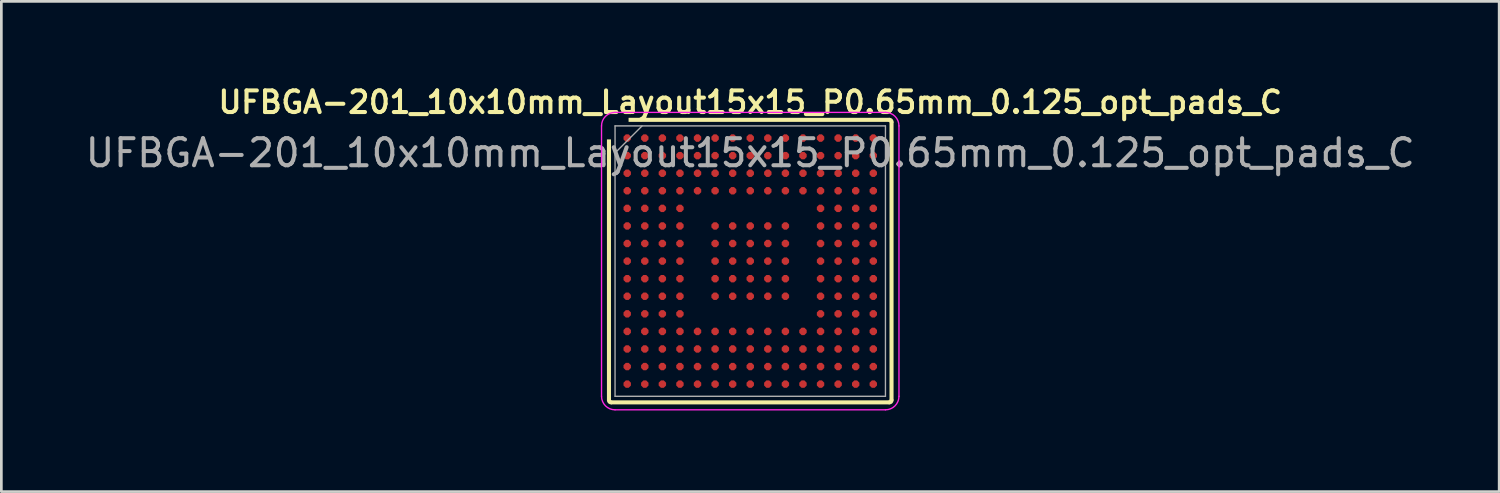
<source format=kicad_pcb>
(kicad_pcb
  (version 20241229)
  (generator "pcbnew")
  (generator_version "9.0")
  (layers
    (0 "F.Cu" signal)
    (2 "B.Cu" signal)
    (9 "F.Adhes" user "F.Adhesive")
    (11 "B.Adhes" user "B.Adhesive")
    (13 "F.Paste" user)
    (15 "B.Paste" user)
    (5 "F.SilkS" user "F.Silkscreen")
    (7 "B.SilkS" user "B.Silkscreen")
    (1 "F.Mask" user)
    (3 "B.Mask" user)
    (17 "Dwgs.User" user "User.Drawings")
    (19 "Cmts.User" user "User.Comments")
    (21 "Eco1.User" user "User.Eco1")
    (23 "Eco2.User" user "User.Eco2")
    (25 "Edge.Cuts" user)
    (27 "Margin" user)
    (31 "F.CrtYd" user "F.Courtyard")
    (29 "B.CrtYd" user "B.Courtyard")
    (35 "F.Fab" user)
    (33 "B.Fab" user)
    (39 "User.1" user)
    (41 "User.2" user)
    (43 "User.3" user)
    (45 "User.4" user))
  (footprint "UFBGA-201_10x10mm_Layout15x15_P0.65mm_0.125_opt_pads_C"
    (layer "F.Cu")
    (at 24.696 6.606)
    (property "Reference" "UFBGA-201_10x10mm_Layout15x15_P0.65mm_0.125_opt_pads_C" (at 0 -5.875 180) (layer "F.SilkS") (effects (font (size 0.8 0.8) (thickness 0.15))))
    (attr smd)
    (fp_arc (start -5.15 5.225) (mid -5.203033 5.203033) (end -5.225 5.15) (stroke (width 0.15) (type solid)) (layer "F.SilkS"))
    (fp_arc (start 5.15 -5.225) (mid 5.203033 -5.203033) (end 5.225 -5.15) (stroke (width 0.15) (type solid)) (layer "F.SilkS"))
    (fp_arc (start 5.225 5.15) (mid 5.203033 5.203033) (end 5.15 5.225) (stroke (width 0.15) (type solid)) (layer "F.SilkS"))
    (fp_poly (pts (xy 5.3 -5.15) (xy 5.3 5.15) (xy 5.15 5.3) (xy -5.15 5.3) (xy -5.3 5.15) (xy -5.3 -4.5) (xy -5.15 -4.5) (xy -5.15 5.15) (xy 5.15 5.15) (xy 5.15 -5.15) (xy -4.5 -5.15) (xy -4.5 -5.3) (xy 5.15 -5.3)) (stroke (width 0) (type solid)) (fill yes) (layer "F.SilkS"))
    (fp_line (start -5.5 -5) (end -5.5 5) (stroke (width 0.05) (type solid)) (layer "F.CrtYd"))
    (fp_line (start -5 5.5) (end 5 5.5) (stroke (width 0.05) (type solid)) (layer "F.CrtYd"))
    (fp_line (start 5 -5.5) (end -5 -5.5) (stroke (width 0.05) (type solid)) (layer "F.CrtYd"))
    (fp_line (start 5.5 5) (end 5.5 -5) (stroke (width 0.05) (type solid)) (layer "F.CrtYd"))
    (fp_arc (start -5.5 -5) (mid -5.353553 -5.353553) (end -5 -5.5) (stroke (width 0.05) (type solid)) (layer "F.CrtYd"))
    (fp_arc (start -5 5.5) (mid -5.353553 5.353553) (end -5.5 5) (stroke (width 0.05) (type solid)) (layer "F.CrtYd"))
    (fp_arc (start 5 -5.5) (mid 5.353553 -5.353553) (end 5.5 -5) (stroke (width 0.05) (type solid)) (layer "F.CrtYd"))
    (fp_arc (start 5.5 5) (mid 5.353553 5.353553) (end 5 5.5) (stroke (width 0.05) (type solid)) (layer "F.CrtYd"))
    (fp_line (start -5 -5) (end 5 -5) (stroke (width 0.05) (type solid)) (layer "F.Fab"))
    (fp_line (start -5 -4) (end -4 -5) (stroke (width 0.05) (type solid)) (layer "F.Fab"))
    (fp_line (start -5 5) (end -5 -5) (stroke (width 0.05) (type solid)) (layer "F.Fab"))
    (fp_line (start 5 -5) (end 5 5) (stroke (width 0.05) (type solid)) (layer "F.Fab"))
    (fp_line (start 5 5) (end -5 5) (stroke (width 0.05) (type solid)) (layer "F.Fab"))
    (fp_text user "${REFERENCE}" (at 0 -4 180) (layer "F.Fab") (effects (font (size 1 1) (thickness 0.15))))
    (pad "A1" smd roundrect (at -4.55 -4.55) (size 0.274 0.274) (property pad_prop_bga) (layers "F.Cu" "F.Mask" "F.Paste") (roundrect_rratio 0) (chamfer_ratio 0.308) (chamfer top_left top_right bottom_left bottom_right))
    (pad "A2" smd roundrect (at -3.9 -4.55) (size 0.274 0.274) (property pad_prop_bga) (layers "F.Cu" "F.Mask" "F.Paste") (roundrect_rratio 0) (chamfer_ratio 0.308) (chamfer top_left top_right bottom_left bottom_right))
    (pad "A3" smd roundrect (at -3.25 -4.55) (size 0.274 0.274) (property pad_prop_bga) (layers "F.Cu" "F.Mask" "F.Paste") (roundrect_rratio 0) (chamfer_ratio 0.308) (chamfer top_left top_right bottom_left bottom_right))
    (pad "A4" smd roundrect (at -2.6 -4.55) (size 0.274 0.274) (property pad_prop_bga) (layers "F.Cu" "F.Mask" "F.Paste") (roundrect_rratio 0) (chamfer_ratio 0.308) (chamfer top_left top_right bottom_left bottom_right))
    (pad "A5" smd roundrect (at -1.95 -4.55) (size 0.274 0.274) (property pad_prop_bga) (layers "F.Cu" "F.Mask" "F.Paste") (roundrect_rratio 0) (chamfer_ratio 0.308) (chamfer top_left top_right bottom_left bottom_right))
    (pad "A6" smd roundrect (at -1.3 -4.55) (size 0.274 0.274) (property pad_prop_bga) (layers "F.Cu" "F.Mask" "F.Paste") (roundrect_rratio 0) (chamfer_ratio 0.308) (chamfer top_left top_right bottom_left bottom_right))
    (pad "A7" smd roundrect (at -0.65 -4.55) (size 0.274 0.274) (property pad_prop_bga) (layers "F.Cu" "F.Mask" "F.Paste") (roundrect_rratio 0) (chamfer_ratio 0.308) (chamfer top_left top_right bottom_left bottom_right))
    (pad "A8" smd roundrect (at 0 -4.55) (size 0.274 0.274) (property pad_prop_bga) (layers "F.Cu" "F.Mask" "F.Paste") (roundrect_rratio 0) (chamfer_ratio 0.308) (chamfer top_left top_right bottom_left bottom_right))
    (pad "A9" smd roundrect (at 0.65 -4.55) (size 0.274 0.274) (property pad_prop_bga) (layers "F.Cu" "F.Mask" "F.Paste") (roundrect_rratio 0) (chamfer_ratio 0.308) (chamfer top_left top_right bottom_left bottom_right))
    (pad "A10" smd roundrect (at 1.3 -4.55) (size 0.274 0.274) (property pad_prop_bga) (layers "F.Cu" "F.Mask" "F.Paste") (roundrect_rratio 0) (chamfer_ratio 0.308) (chamfer top_left top_right bottom_left bottom_right))
    (pad "A11" smd roundrect (at 1.95 -4.55) (size 0.274 0.274) (property pad_prop_bga) (layers "F.Cu" "F.Mask" "F.Paste") (roundrect_rratio 0) (chamfer_ratio 0.308) (chamfer top_left top_right bottom_left bottom_right))
    (pad "A12" smd roundrect (at 2.6 -4.55) (size 0.274 0.274) (property pad_prop_bga) (layers "F.Cu" "F.Mask" "F.Paste") (roundrect_rratio 0) (chamfer_ratio 0.308) (chamfer top_left top_right bottom_left bottom_right))
    (pad "A13" smd roundrect (at 3.25 -4.55) (size 0.274 0.274) (property pad_prop_bga) (layers "F.Cu" "F.Mask" "F.Paste") (roundrect_rratio 0) (chamfer_ratio 0.308) (chamfer top_left top_right bottom_left bottom_right))
    (pad "A14" smd roundrect (at 3.9 -4.55) (size 0.274 0.274) (property pad_prop_bga) (layers "F.Cu" "F.Mask" "F.Paste") (roundrect_rratio 0) (chamfer_ratio 0.308) (chamfer top_left top_right bottom_left bottom_right))
    (pad "A15" smd roundrect (at 4.55 -4.55) (size 0.274 0.274) (property pad_prop_bga) (layers "F.Cu" "F.Mask" "F.Paste") (roundrect_rratio 0) (chamfer_ratio 0.308) (chamfer top_left top_right bottom_left bottom_right))
    (pad "B1" smd roundrect (at -4.55 -3.9) (size 0.274 0.274) (property pad_prop_bga) (layers "F.Cu" "F.Mask" "F.Paste") (roundrect_rratio 0) (chamfer_ratio 0.308) (chamfer top_left top_right bottom_left bottom_right))
    (pad "B2" smd roundrect (at -3.9 -3.9) (size 0.274 0.274) (property pad_prop_bga) (layers "F.Cu" "F.Mask" "F.Paste") (roundrect_rratio 0) (chamfer_ratio 0.308) (chamfer top_left top_right bottom_left bottom_right))
    (pad "B3" smd roundrect (at -3.25 -3.9) (size 0.274 0.274) (property pad_prop_bga) (layers "F.Cu" "F.Mask" "F.Paste") (roundrect_rratio 0) (chamfer_ratio 0.308) (chamfer top_left top_right bottom_left bottom_right))
    (pad "B4" smd roundrect (at -2.6 -3.9) (size 0.274 0.274) (property pad_prop_bga) (layers "F.Cu" "F.Mask" "F.Paste") (roundrect_rratio 0) (chamfer_ratio 0.308) (chamfer top_left top_right bottom_left bottom_right))
    (pad "B5" smd roundrect (at -1.95 -3.9) (size 0.274 0.274) (property pad_prop_bga) (layers "F.Cu" "F.Mask" "F.Paste") (roundrect_rratio 0) (chamfer_ratio 0.308) (chamfer top_left top_right bottom_left bottom_right))
    (pad "B6" smd roundrect (at -1.3 -3.9) (size 0.274 0.274) (property pad_prop_bga) (layers "F.Cu" "F.Mask" "F.Paste") (roundrect_rratio 0) (chamfer_ratio 0.308) (chamfer top_left top_right bottom_left bottom_right))
    (pad "B7" smd roundrect (at -0.65 -3.9) (size 0.274 0.274) (property pad_prop_bga) (layers "F.Cu" "F.Mask" "F.Paste") (roundrect_rratio 0) (chamfer_ratio 0.308) (chamfer top_left top_right bottom_left bottom_right))
    (pad "B8" smd roundrect (at 0 -3.9) (size 0.274 0.274) (property pad_prop_bga) (layers "F.Cu" "F.Mask" "F.Paste") (roundrect_rratio 0) (chamfer_ratio 0.308) (chamfer top_left top_right bottom_left bottom_right))
    (pad "B9" smd roundrect (at 0.65 -3.9) (size 0.274 0.274) (property pad_prop_bga) (layers "F.Cu" "F.Mask" "F.Paste") (roundrect_rratio 0) (chamfer_ratio 0.308) (chamfer top_left top_right bottom_left bottom_right))
    (pad "B10" smd roundrect (at 1.3 -3.9) (size 0.274 0.274) (property pad_prop_bga) (layers "F.Cu" "F.Mask" "F.Paste") (roundrect_rratio 0) (chamfer_ratio 0.308) (chamfer top_left top_right bottom_left bottom_right))
    (pad "B11" smd roundrect (at 1.95 -3.9) (size 0.274 0.274) (property pad_prop_bga) (layers "F.Cu" "F.Mask" "F.Paste") (roundrect_rratio 0) (chamfer_ratio 0.308) (chamfer top_left top_right bottom_left bottom_right))
    (pad "B12" smd roundrect (at 2.6 -3.9) (size 0.274 0.274) (property pad_prop_bga) (layers "F.Cu" "F.Mask" "F.Paste") (roundrect_rratio 0) (chamfer_ratio 0.308) (chamfer top_left top_right bottom_left bottom_right))
    (pad "B13" smd roundrect (at 3.25 -3.9) (size 0.274 0.274) (property pad_prop_bga) (layers "F.Cu" "F.Mask" "F.Paste") (roundrect_rratio 0) (chamfer_ratio 0.308) (chamfer top_left top_right bottom_left bottom_right))
    (pad "B14" smd roundrect (at 3.9 -3.9) (size 0.274 0.274) (property pad_prop_bga) (layers "F.Cu" "F.Mask" "F.Paste") (roundrect_rratio 0) (chamfer_ratio 0.308) (chamfer top_left top_right bottom_left bottom_right))
    (pad "B15" smd roundrect (at 4.55 -3.9) (size 0.274 0.274) (property pad_prop_bga) (layers "F.Cu" "F.Mask" "F.Paste") (roundrect_rratio 0) (chamfer_ratio 0.308) (chamfer top_left top_right bottom_left bottom_right))
    (pad "C1" smd roundrect (at -4.55 -3.25) (size 0.274 0.274) (property pad_prop_bga) (layers "F.Cu" "F.Mask" "F.Paste") (roundrect_rratio 0) (chamfer_ratio 0.308) (chamfer top_left top_right bottom_left bottom_right))
    (pad "C2" smd roundrect (at -3.9 -3.25) (size 0.274 0.274) (property pad_prop_bga) (layers "F.Cu" "F.Mask" "F.Paste") (roundrect_rratio 0) (chamfer_ratio 0.308) (chamfer top_left top_right bottom_left bottom_right))
    (pad "C3" smd roundrect (at -3.25 -3.25) (size 0.274 0.274) (property pad_prop_bga) (layers "F.Cu" "F.Mask" "F.Paste") (roundrect_rratio 0) (chamfer_ratio 0.308) (chamfer top_left top_right bottom_left bottom_right))
    (pad "C4" smd roundrect (at -2.6 -3.25) (size 0.274 0.274) (property pad_prop_bga) (layers "F.Cu" "F.Mask" "F.Paste") (roundrect_rratio 0) (chamfer_ratio 0.308) (chamfer top_left top_right bottom_left bottom_right))
    (pad "C5" smd roundrect (at -1.95 -3.25) (size 0.274 0.274) (property pad_prop_bga) (layers "F.Cu" "F.Mask" "F.Paste") (roundrect_rratio 0) (chamfer_ratio 0.308) (chamfer top_left top_right bottom_left bottom_right))
    (pad "C6" smd roundrect (at -1.3 -3.25) (size 0.274 0.274) (property pad_prop_bga) (layers "F.Cu" "F.Mask" "F.Paste") (roundrect_rratio 0) (chamfer_ratio 0.308) (chamfer top_left top_right bottom_left bottom_right))
    (pad "C7" smd roundrect (at -0.65 -3.25) (size 0.274 0.274) (property pad_prop_bga) (layers "F.Cu" "F.Mask" "F.Paste") (roundrect_rratio 0) (chamfer_ratio 0.308) (chamfer top_left top_right bottom_left bottom_right))
    (pad "C8" smd roundrect (at 0 -3.25) (size 0.274 0.274) (property pad_prop_bga) (layers "F.Cu" "F.Mask" "F.Paste") (roundrect_rratio 0) (chamfer_ratio 0.308) (chamfer top_left top_right bottom_left bottom_right))
    (pad "C9" smd roundrect (at 0.65 -3.25) (size 0.274 0.274) (property pad_prop_bga) (layers "F.Cu" "F.Mask" "F.Paste") (roundrect_rratio 0) (chamfer_ratio 0.308) (chamfer top_left top_right bottom_left bottom_right))
    (pad "C10" smd roundrect (at 1.3 -3.25) (size 0.274 0.274) (property pad_prop_bga) (layers "F.Cu" "F.Mask" "F.Paste") (roundrect_rratio 0) (chamfer_ratio 0.308) (chamfer top_left top_right bottom_left bottom_right))
    (pad "C11" smd roundrect (at 1.95 -3.25) (size 0.274 0.274) (property pad_prop_bga) (layers "F.Cu" "F.Mask" "F.Paste") (roundrect_rratio 0) (chamfer_ratio 0.308) (chamfer top_left top_right bottom_left bottom_right))
    (pad "C12" smd roundrect (at 2.6 -3.25) (size 0.274 0.274) (property pad_prop_bga) (layers "F.Cu" "F.Mask" "F.Paste") (roundrect_rratio 0) (chamfer_ratio 0.308) (chamfer top_left top_right bottom_left bottom_right))
    (pad "C13" smd roundrect (at 3.25 -3.25) (size 0.274 0.274) (property pad_prop_bga) (layers "F.Cu" "F.Mask" "F.Paste") (roundrect_rratio 0) (chamfer_ratio 0.308) (chamfer top_left top_right bottom_left bottom_right))
    (pad "C14" smd roundrect (at 3.9 -3.25) (size 0.274 0.274) (property pad_prop_bga) (layers "F.Cu" "F.Mask" "F.Paste") (roundrect_rratio 0) (chamfer_ratio 0.308) (chamfer top_left top_right bottom_left bottom_right))
    (pad "C15" smd roundrect (at 4.55 -3.25) (size 0.274 0.274) (property pad_prop_bga) (layers "F.Cu" "F.Mask" "F.Paste") (roundrect_rratio 0) (chamfer_ratio 0.308) (chamfer top_left top_right bottom_left bottom_right))
    (pad "D1" smd roundrect (at -4.55 -2.6) (size 0.274 0.274) (property pad_prop_bga) (layers "F.Cu" "F.Mask" "F.Paste") (roundrect_rratio 0) (chamfer_ratio 0.308) (chamfer top_left top_right bottom_left bottom_right))
    (pad "D2" smd roundrect (at -3.9 -2.6) (size 0.274 0.274) (property pad_prop_bga) (layers "F.Cu" "F.Mask" "F.Paste") (roundrect_rratio 0) (chamfer_ratio 0.308) (chamfer top_left top_right bottom_left bottom_right))
    (pad "D3" smd roundrect (at -3.25 -2.6) (size 0.274 0.274) (property pad_prop_bga) (layers "F.Cu" "F.Mask" "F.Paste") (roundrect_rratio 0) (chamfer_ratio 0.308) (chamfer top_left top_right bottom_left bottom_right))
    (pad "D4" smd roundrect (at -2.6 -2.6) (size 0.274 0.274) (property pad_prop_bga) (layers "F.Cu" "F.Mask" "F.Paste") (roundrect_rratio 0) (chamfer_ratio 0.308) (chamfer top_left top_right bottom_left bottom_right))
    (pad "D5" smd roundrect (at -1.95 -2.6) (size 0.274 0.274) (property pad_prop_bga) (layers "F.Cu" "F.Mask" "F.Paste") (roundrect_rratio 0) (chamfer_ratio 0.308) (chamfer top_left top_right bottom_left bottom_right))
    (pad "D6" smd roundrect (at -1.3 -2.6) (size 0.274 0.274) (property pad_prop_bga) (layers "F.Cu" "F.Mask" "F.Paste") (roundrect_rratio 0) (chamfer_ratio 0.308) (chamfer top_left top_right bottom_left bottom_right))
    (pad "D7" smd roundrect (at -0.65 -2.6) (size 0.274 0.274) (property pad_prop_bga) (layers "F.Cu" "F.Mask" "F.Paste") (roundrect_rratio 0) (chamfer_ratio 0.308) (chamfer top_left top_right bottom_left bottom_right))
    (pad "D8" smd roundrect (at 0 -2.6) (size 0.274 0.274) (property pad_prop_bga) (layers "F.Cu" "F.Mask" "F.Paste") (roundrect_rratio 0) (chamfer_ratio 0.308) (chamfer top_left top_right bottom_left bottom_right))
    (pad "D9" smd roundrect (at 0.65 -2.6) (size 0.274 0.274) (property pad_prop_bga) (layers "F.Cu" "F.Mask" "F.Paste") (roundrect_rratio 0) (chamfer_ratio 0.308) (chamfer top_left top_right bottom_left bottom_right))
    (pad "D10" smd roundrect (at 1.3 -2.6) (size 0.274 0.274) (property pad_prop_bga) (layers "F.Cu" "F.Mask" "F.Paste") (roundrect_rratio 0) (chamfer_ratio 0.308) (chamfer top_left top_right bottom_left bottom_right))
    (pad "D11" smd roundrect (at 1.95 -2.6) (size 0.274 0.274) (property pad_prop_bga) (layers "F.Cu" "F.Mask" "F.Paste") (roundrect_rratio 0) (chamfer_ratio 0.308) (chamfer top_left top_right bottom_left bottom_right))
    (pad "D12" smd roundrect (at 2.6 -2.6) (size 0.274 0.274) (property pad_prop_bga) (layers "F.Cu" "F.Mask" "F.Paste") (roundrect_rratio 0) (chamfer_ratio 0.308) (chamfer top_left top_right bottom_left bottom_right))
    (pad "D13" smd roundrect (at 3.25 -2.6) (size 0.274 0.274) (property pad_prop_bga) (layers "F.Cu" "F.Mask" "F.Paste") (roundrect_rratio 0) (chamfer_ratio 0.308) (chamfer top_left top_right bottom_left bottom_right))
    (pad "D14" smd roundrect (at 3.9 -2.6) (size 0.274 0.274) (property pad_prop_bga) (layers "F.Cu" "F.Mask" "F.Paste") (roundrect_rratio 0) (chamfer_ratio 0.308) (chamfer top_left top_right bottom_left bottom_right))
    (pad "D15" smd roundrect (at 4.55 -2.6) (size 0.274 0.274) (property pad_prop_bga) (layers "F.Cu" "F.Mask" "F.Paste") (roundrect_rratio 0) (chamfer_ratio 0.308) (chamfer top_left top_right bottom_left bottom_right))
    (pad "E1" smd roundrect (at -4.55 -1.95) (size 0.274 0.274) (property pad_prop_bga) (layers "F.Cu" "F.Mask" "F.Paste") (roundrect_rratio 0) (chamfer_ratio 0.308) (chamfer top_left top_right bottom_left bottom_right))
    (pad "E2" smd roundrect (at -3.9 -1.95) (size 0.274 0.274) (property pad_prop_bga) (layers "F.Cu" "F.Mask" "F.Paste") (roundrect_rratio 0) (chamfer_ratio 0.308) (chamfer top_left top_right bottom_left bottom_right))
    (pad "E3" smd roundrect (at -3.25 -1.95) (size 0.274 0.274) (property pad_prop_bga) (layers "F.Cu" "F.Mask" "F.Paste") (roundrect_rratio 0) (chamfer_ratio 0.308) (chamfer top_left top_right bottom_left bottom_right))
    (pad "E4" smd roundrect (at -2.6 -1.95) (size 0.274 0.274) (property pad_prop_bga) (layers "F.Cu" "F.Mask" "F.Paste") (roundrect_rratio 0) (chamfer_ratio 0.308) (chamfer top_left top_right bottom_left bottom_right))
    (pad "E12" smd roundrect (at 2.6 -1.95) (size 0.274 0.274) (property pad_prop_bga) (layers "F.Cu" "F.Mask" "F.Paste") (roundrect_rratio 0) (chamfer_ratio 0.308) (chamfer top_left top_right bottom_left bottom_right))
    (pad "E13" smd roundrect (at 3.25 -1.95) (size 0.274 0.274) (property pad_prop_bga) (layers "F.Cu" "F.Mask" "F.Paste") (roundrect_rratio 0) (chamfer_ratio 0.308) (chamfer top_left top_right bottom_left bottom_right))
    (pad "E14" smd roundrect (at 3.9 -1.95) (size 0.274 0.274) (property pad_prop_bga) (layers "F.Cu" "F.Mask" "F.Paste") (roundrect_rratio 0) (chamfer_ratio 0.308) (chamfer top_left top_right bottom_left bottom_right))
    (pad "E15" smd roundrect (at 4.55 -1.95) (size 0.274 0.274) (property pad_prop_bga) (layers "F.Cu" "F.Mask" "F.Paste") (roundrect_rratio 0) (chamfer_ratio 0.308) (chamfer top_left top_right bottom_left bottom_right))
    (pad "F1" smd roundrect (at -4.55 -1.3) (size 0.274 0.274) (property pad_prop_bga) (layers "F.Cu" "F.Mask" "F.Paste") (roundrect_rratio 0) (chamfer_ratio 0.308) (chamfer top_left top_right bottom_left bottom_right))
    (pad "F2" smd roundrect (at -3.9 -1.3) (size 0.274 0.274) (property pad_prop_bga) (layers "F.Cu" "F.Mask" "F.Paste") (roundrect_rratio 0) (chamfer_ratio 0.308) (chamfer top_left top_right bottom_left bottom_right))
    (pad "F3" smd roundrect (at -3.25 -1.3) (size 0.274 0.274) (property pad_prop_bga) (layers "F.Cu" "F.Mask" "F.Paste") (roundrect_rratio 0) (chamfer_ratio 0.308) (chamfer top_left top_right bottom_left bottom_right))
    (pad "F4" smd roundrect (at -2.6 -1.3) (size 0.274 0.274) (property pad_prop_bga) (layers "F.Cu" "F.Mask" "F.Paste") (roundrect_rratio 0) (chamfer_ratio 0.308) (chamfer top_left top_right bottom_left bottom_right))
    (pad "F6" smd roundrect (at -1.3 -1.3) (size 0.274 0.274) (property pad_prop_bga) (layers "F.Cu" "F.Mask" "F.Paste") (roundrect_rratio 0) (chamfer_ratio 0.308) (chamfer top_left top_right bottom_left bottom_right))
    (pad "F7" smd roundrect (at -0.65 -1.3) (size 0.274 0.274) (property pad_prop_bga) (layers "F.Cu" "F.Mask" "F.Paste") (roundrect_rratio 0) (chamfer_ratio 0.308) (chamfer top_left top_right bottom_left bottom_right))
    (pad "F8" smd roundrect (at 0 -1.3) (size 0.274 0.274) (property pad_prop_bga) (layers "F.Cu" "F.Mask" "F.Paste") (roundrect_rratio 0) (chamfer_ratio 0.308) (chamfer top_left top_right bottom_left bottom_right))
    (pad "F9" smd roundrect (at 0.65 -1.3) (size 0.274 0.274) (property pad_prop_bga) (layers "F.Cu" "F.Mask" "F.Paste") (roundrect_rratio 0) (chamfer_ratio 0.308) (chamfer top_left top_right bottom_left bottom_right))
    (pad "F10" smd roundrect (at 1.3 -1.3) (size 0.274 0.274) (property pad_prop_bga) (layers "F.Cu" "F.Mask" "F.Paste") (roundrect_rratio 0) (chamfer_ratio 0.308) (chamfer top_left top_right bottom_left bottom_right))
    (pad "F12" smd roundrect (at 2.6 -1.3) (size 0.274 0.274) (property pad_prop_bga) (layers "F.Cu" "F.Mask" "F.Paste") (roundrect_rratio 0) (chamfer_ratio 0.308) (chamfer top_left top_right bottom_left bottom_right))
    (pad "F13" smd roundrect (at 3.25 -1.3) (size 0.274 0.274) (property pad_prop_bga) (layers "F.Cu" "F.Mask" "F.Paste") (roundrect_rratio 0) (chamfer_ratio 0.308) (chamfer top_left top_right bottom_left bottom_right))
    (pad "F14" smd roundrect (at 3.9 -1.3) (size 0.274 0.274) (property pad_prop_bga) (layers "F.Cu" "F.Mask" "F.Paste") (roundrect_rratio 0) (chamfer_ratio 0.308) (chamfer top_left top_right bottom_left bottom_right))
    (pad "F15" smd roundrect (at 4.55 -1.3) (size 0.274 0.274) (property pad_prop_bga) (layers "F.Cu" "F.Mask" "F.Paste") (roundrect_rratio 0) (chamfer_ratio 0.308) (chamfer top_left top_right bottom_left bottom_right))
    (pad "G1" smd roundrect (at -4.55 -0.65) (size 0.274 0.274) (property pad_prop_bga) (layers "F.Cu" "F.Mask" "F.Paste") (roundrect_rratio 0) (chamfer_ratio 0.308) (chamfer top_left top_right bottom_left bottom_right))
    (pad "G2" smd roundrect (at -3.9 -0.65) (size 0.274 0.274) (property pad_prop_bga) (layers "F.Cu" "F.Mask" "F.Paste") (roundrect_rratio 0) (chamfer_ratio 0.308) (chamfer top_left top_right bottom_left bottom_right))
    (pad "G3" smd roundrect (at -3.25 -0.65) (size 0.274 0.274) (property pad_prop_bga) (layers "F.Cu" "F.Mask" "F.Paste") (roundrect_rratio 0) (chamfer_ratio 0.308) (chamfer top_left top_right bottom_left bottom_right))
    (pad "G4" smd roundrect (at -2.6 -0.65) (size 0.274 0.274) (property pad_prop_bga) (layers "F.Cu" "F.Mask" "F.Paste") (roundrect_rratio 0) (chamfer_ratio 0.308) (chamfer top_left top_right bottom_left bottom_right))
    (pad "G6" smd roundrect (at -1.3 -0.65) (size 0.274 0.274) (property pad_prop_bga) (layers "F.Cu" "F.Mask" "F.Paste") (roundrect_rratio 0) (chamfer_ratio 0.308) (chamfer top_left top_right bottom_left bottom_right))
    (pad "G7" smd roundrect (at -0.65 -0.65) (size 0.274 0.274) (property pad_prop_bga) (layers "F.Cu" "F.Mask" "F.Paste") (roundrect_rratio 0) (chamfer_ratio 0.308) (chamfer top_left top_right bottom_left bottom_right))
    (pad "G8" smd roundrect (at 0 -0.65) (size 0.274 0.274) (property pad_prop_bga) (layers "F.Cu" "F.Mask" "F.Paste") (roundrect_rratio 0) (chamfer_ratio 0.308) (chamfer top_left top_right bottom_left bottom_right))
    (pad "G9" smd roundrect (at 0.65 -0.65) (size 0.274 0.274) (property pad_prop_bga) (layers "F.Cu" "F.Mask" "F.Paste") (roundrect_rratio 0) (chamfer_ratio 0.308) (chamfer top_left top_right bottom_left bottom_right))
    (pad "G10" smd roundrect (at 1.3 -0.65) (size 0.274 0.274) (property pad_prop_bga) (layers "F.Cu" "F.Mask" "F.Paste") (roundrect_rratio 0) (chamfer_ratio 0.308) (chamfer top_left top_right bottom_left bottom_right))
    (pad "G12" smd roundrect (at 2.6 -0.65) (size 0.274 0.274) (property pad_prop_bga) (layers "F.Cu" "F.Mask" "F.Paste") (roundrect_rratio 0) (chamfer_ratio 0.308) (chamfer top_left top_right bottom_left bottom_right))
    (pad "G13" smd roundrect (at 3.25 -0.65) (size 0.274 0.274) (property pad_prop_bga) (layers "F.Cu" "F.Mask" "F.Paste") (roundrect_rratio 0) (chamfer_ratio 0.308) (chamfer top_left top_right bottom_left bottom_right))
    (pad "G14" smd roundrect (at 3.9 -0.65) (size 0.274 0.274) (property pad_prop_bga) (layers "F.Cu" "F.Mask" "F.Paste") (roundrect_rratio 0) (chamfer_ratio 0.308) (chamfer top_left top_right bottom_left bottom_right))
    (pad "G15" smd roundrect (at 4.55 -0.65) (size 0.274 0.274) (property pad_prop_bga) (layers "F.Cu" "F.Mask" "F.Paste") (roundrect_rratio 0) (chamfer_ratio 0.308) (chamfer top_left top_right bottom_left bottom_right))
    (pad "H1" smd roundrect (at -4.55 0) (size 0.274 0.274) (property pad_prop_bga) (layers "F.Cu" "F.Mask" "F.Paste") (roundrect_rratio 0) (chamfer_ratio 0.308) (chamfer top_left top_right bottom_left bottom_right))
    (pad "H2" smd roundrect (at -3.9 0) (size 0.274 0.274) (property pad_prop_bga) (layers "F.Cu" "F.Mask" "F.Paste") (roundrect_rratio 0) (chamfer_ratio 0.308) (chamfer top_left top_right bottom_left bottom_right))
    (pad "H3" smd roundrect (at -3.25 0) (size 0.274 0.274) (property pad_prop_bga) (layers "F.Cu" "F.Mask" "F.Paste") (roundrect_rratio 0) (chamfer_ratio 0.308) (chamfer top_left top_right bottom_left bottom_right))
    (pad "H4" smd roundrect (at -2.6 0) (size 0.274 0.274) (property pad_prop_bga) (layers "F.Cu" "F.Mask" "F.Paste") (roundrect_rratio 0) (chamfer_ratio 0.308) (chamfer top_left top_right bottom_left bottom_right))
    (pad "H6" smd roundrect (at -1.3 0) (size 0.274 0.274) (property pad_prop_bga) (layers "F.Cu" "F.Mask" "F.Paste") (roundrect_rratio 0) (chamfer_ratio 0.308) (chamfer top_left top_right bottom_left bottom_right))
    (pad "H7" smd roundrect (at -0.65 0) (size 0.274 0.274) (property pad_prop_bga) (layers "F.Cu" "F.Mask" "F.Paste") (roundrect_rratio 0) (chamfer_ratio 0.308) (chamfer top_left top_right bottom_left bottom_right))
    (pad "H8" smd roundrect (at 0 0) (size 0.274 0.274) (property pad_prop_bga) (layers "F.Cu" "F.Mask" "F.Paste") (roundrect_rratio 0) (chamfer_ratio 0.308) (chamfer top_left top_right bottom_left bottom_right))
    (pad "H9" smd roundrect (at 0.65 0) (size 0.274 0.274) (property pad_prop_bga) (layers "F.Cu" "F.Mask" "F.Paste") (roundrect_rratio 0) (chamfer_ratio 0.308) (chamfer top_left top_right bottom_left bottom_right))
    (pad "H10" smd roundrect (at 1.3 0) (size 0.274 0.274) (property pad_prop_bga) (layers "F.Cu" "F.Mask" "F.Paste") (roundrect_rratio 0) (chamfer_ratio 0.308) (chamfer top_left top_right bottom_left bottom_right))
    (pad "H12" smd roundrect (at 2.6 0) (size 0.274 0.274) (property pad_prop_bga) (layers "F.Cu" "F.Mask" "F.Paste") (roundrect_rratio 0) (chamfer_ratio 0.308) (chamfer top_left top_right bottom_left bottom_right))
    (pad "H13" smd roundrect (at 3.25 0) (size 0.274 0.274) (property pad_prop_bga) (layers "F.Cu" "F.Mask" "F.Paste") (roundrect_rratio 0) (chamfer_ratio 0.308) (chamfer top_left top_right bottom_left bottom_right))
    (pad "H14" smd roundrect (at 3.9 0) (size 0.274 0.274) (property pad_prop_bga) (layers "F.Cu" "F.Mask" "F.Paste") (roundrect_rratio 0) (chamfer_ratio 0.308) (chamfer top_left top_right bottom_left bottom_right))
    (pad "H15" smd roundrect (at 4.55 0) (size 0.274 0.274) (property pad_prop_bga) (layers "F.Cu" "F.Mask" "F.Paste") (roundrect_rratio 0) (chamfer_ratio 0.308) (chamfer top_left top_right bottom_left bottom_right))
    (pad "J1" smd roundrect (at -4.55 0.65) (size 0.274 0.274) (property pad_prop_bga) (layers "F.Cu" "F.Mask" "F.Paste") (roundrect_rratio 0) (chamfer_ratio 0.308) (chamfer top_left top_right bottom_left bottom_right))
    (pad "J2" smd roundrect (at -3.9 0.65) (size 0.274 0.274) (property pad_prop_bga) (layers "F.Cu" "F.Mask" "F.Paste") (roundrect_rratio 0) (chamfer_ratio 0.308) (chamfer top_left top_right bottom_left bottom_right))
    (pad "J3" smd roundrect (at -3.25 0.65) (size 0.274 0.274) (property pad_prop_bga) (layers "F.Cu" "F.Mask" "F.Paste") (roundrect_rratio 0) (chamfer_ratio 0.308) (chamfer top_left top_right bottom_left bottom_right))
    (pad "J4" smd roundrect (at -2.6 0.65) (size 0.274 0.274) (property pad_prop_bga) (layers "F.Cu" "F.Mask" "F.Paste") (roundrect_rratio 0) (chamfer_ratio 0.308) (chamfer top_left top_right bottom_left bottom_right))
    (pad "J6" smd roundrect (at -1.3 0.65) (size 0.274 0.274) (property pad_prop_bga) (layers "F.Cu" "F.Mask" "F.Paste") (roundrect_rratio 0) (chamfer_ratio 0.308) (chamfer top_left top_right bottom_left bottom_right))
    (pad "J7" smd roundrect (at -0.65 0.65) (size 0.274 0.274) (property pad_prop_bga) (layers "F.Cu" "F.Mask" "F.Paste") (roundrect_rratio 0) (chamfer_ratio 0.308) (chamfer top_left top_right bottom_left bottom_right))
    (pad "J8" smd roundrect (at 0 0.65) (size 0.274 0.274) (property pad_prop_bga) (layers "F.Cu" "F.Mask" "F.Paste") (roundrect_rratio 0) (chamfer_ratio 0.308) (chamfer top_left top_right bottom_left bottom_right))
    (pad "J9" smd roundrect (at 0.65 0.65) (size 0.274 0.274) (property pad_prop_bga) (layers "F.Cu" "F.Mask" "F.Paste") (roundrect_rratio 0) (chamfer_ratio 0.308) (chamfer top_left top_right bottom_left bottom_right))
    (pad "J10" smd roundrect (at 1.3 0.65) (size 0.274 0.274) (property pad_prop_bga) (layers "F.Cu" "F.Mask" "F.Paste") (roundrect_rratio 0) (chamfer_ratio 0.308) (chamfer top_left top_right bottom_left bottom_right))
    (pad "J12" smd roundrect (at 2.6 0.65) (size 0.274 0.274) (property pad_prop_bga) (layers "F.Cu" "F.Mask" "F.Paste") (roundrect_rratio 0) (chamfer_ratio 0.308) (chamfer top_left top_right bottom_left bottom_right))
    (pad "J13" smd roundrect (at 3.25 0.65) (size 0.274 0.274) (property pad_prop_bga) (layers "F.Cu" "F.Mask" "F.Paste") (roundrect_rratio 0) (chamfer_ratio 0.308) (chamfer top_left top_right bottom_left bottom_right))
    (pad "J14" smd roundrect (at 3.9 0.65) (size 0.274 0.274) (property pad_prop_bga) (layers "F.Cu" "F.Mask" "F.Paste") (roundrect_rratio 0) (chamfer_ratio 0.308) (chamfer top_left top_right bottom_left bottom_right))
    (pad "J15" smd roundrect (at 4.55 0.65) (size 0.274 0.274) (property pad_prop_bga) (layers "F.Cu" "F.Mask" "F.Paste") (roundrect_rratio 0) (chamfer_ratio 0.308) (chamfer top_left top_right bottom_left bottom_right))
    (pad "K1" smd roundrect (at -4.55 1.3) (size 0.274 0.274) (property pad_prop_bga) (layers "F.Cu" "F.Mask" "F.Paste") (roundrect_rratio 0) (chamfer_ratio 0.308) (chamfer top_left top_right bottom_left bottom_right))
    (pad "K2" smd roundrect (at -3.9 1.3) (size 0.274 0.274) (property pad_prop_bga) (layers "F.Cu" "F.Mask" "F.Paste") (roundrect_rratio 0) (chamfer_ratio 0.308) (chamfer top_left top_right bottom_left bottom_right))
    (pad "K3" smd roundrect (at -3.25 1.3) (size 0.274 0.274) (property pad_prop_bga) (layers "F.Cu" "F.Mask" "F.Paste") (roundrect_rratio 0) (chamfer_ratio 0.308) (chamfer top_left top_right bottom_left bottom_right))
    (pad "K4" smd roundrect (at -2.6 1.3) (size 0.274 0.274) (property pad_prop_bga) (layers "F.Cu" "F.Mask" "F.Paste") (roundrect_rratio 0) (chamfer_ratio 0.308) (chamfer top_left top_right bottom_left bottom_right))
    (pad "K6" smd roundrect (at -1.3 1.3) (size 0.274 0.274) (property pad_prop_bga) (layers "F.Cu" "F.Mask" "F.Paste") (roundrect_rratio 0) (chamfer_ratio 0.308) (chamfer top_left top_right bottom_left bottom_right))
    (pad "K7" smd roundrect (at -0.65 1.3) (size 0.274 0.274) (property pad_prop_bga) (layers "F.Cu" "F.Mask" "F.Paste") (roundrect_rratio 0) (chamfer_ratio 0.308) (chamfer top_left top_right bottom_left bottom_right))
    (pad "K8" smd roundrect (at 0 1.3) (size 0.274 0.274) (property pad_prop_bga) (layers "F.Cu" "F.Mask" "F.Paste") (roundrect_rratio 0) (chamfer_ratio 0.308) (chamfer top_left top_right bottom_left bottom_right))
    (pad "K9" smd roundrect (at 0.65 1.3) (size 0.274 0.274) (property pad_prop_bga) (layers "F.Cu" "F.Mask" "F.Paste") (roundrect_rratio 0) (chamfer_ratio 0.308) (chamfer top_left top_right bottom_left bottom_right))
    (pad "K10" smd roundrect (at 1.3 1.3) (size 0.274 0.274) (property pad_prop_bga) (layers "F.Cu" "F.Mask" "F.Paste") (roundrect_rratio 0) (chamfer_ratio 0.308) (chamfer top_left top_right bottom_left bottom_right))
    (pad "K12" smd roundrect (at 2.6 1.3) (size 0.274 0.274) (property pad_prop_bga) (layers "F.Cu" "F.Mask" "F.Paste") (roundrect_rratio 0) (chamfer_ratio 0.308) (chamfer top_left top_right bottom_left bottom_right))
    (pad "K13" smd roundrect (at 3.25 1.3) (size 0.274 0.274) (property pad_prop_bga) (layers "F.Cu" "F.Mask" "F.Paste") (roundrect_rratio 0) (chamfer_ratio 0.308) (chamfer top_left top_right bottom_left bottom_right))
    (pad "K14" smd roundrect (at 3.9 1.3) (size 0.274 0.274) (property pad_prop_bga) (layers "F.Cu" "F.Mask" "F.Paste") (roundrect_rratio 0) (chamfer_ratio 0.308) (chamfer top_left top_right bottom_left bottom_right))
    (pad "K15" smd roundrect (at 4.55 1.3) (size 0.274 0.274) (property pad_prop_bga) (layers "F.Cu" "F.Mask" "F.Paste") (roundrect_rratio 0) (chamfer_ratio 0.308) (chamfer top_left top_right bottom_left bottom_right))
    (pad "L1" smd roundrect (at -4.55 1.95) (size 0.274 0.274) (property pad_prop_bga) (layers "F.Cu" "F.Mask" "F.Paste") (roundrect_rratio 0) (chamfer_ratio 0.308) (chamfer top_left top_right bottom_left bottom_right))
    (pad "L2" smd roundrect (at -3.9 1.95) (size 0.274 0.274) (property pad_prop_bga) (layers "F.Cu" "F.Mask" "F.Paste") (roundrect_rratio 0) (chamfer_ratio 0.308) (chamfer top_left top_right bottom_left bottom_right))
    (pad "L3" smd roundrect (at -3.25 1.95) (size 0.274 0.274) (property pad_prop_bga) (layers "F.Cu" "F.Mask" "F.Paste") (roundrect_rratio 0) (chamfer_ratio 0.308) (chamfer top_left top_right bottom_left bottom_right))
    (pad "L4" smd roundrect (at -2.6 1.95) (size 0.274 0.274) (property pad_prop_bga) (layers "F.Cu" "F.Mask" "F.Paste") (roundrect_rratio 0) (chamfer_ratio 0.308) (chamfer top_left top_right bottom_left bottom_right))
    (pad "L12" smd roundrect (at 2.6 1.95) (size 0.274 0.274) (property pad_prop_bga) (layers "F.Cu" "F.Mask" "F.Paste") (roundrect_rratio 0) (chamfer_ratio 0.308) (chamfer top_left top_right bottom_left bottom_right))
    (pad "L13" smd roundrect (at 3.25 1.95) (size 0.274 0.274) (property pad_prop_bga) (layers "F.Cu" "F.Mask" "F.Paste") (roundrect_rratio 0) (chamfer_ratio 0.308) (chamfer top_left top_right bottom_left bottom_right))
    (pad "L14" smd roundrect (at 3.9 1.95) (size 0.274 0.274) (property pad_prop_bga) (layers "F.Cu" "F.Mask" "F.Paste") (roundrect_rratio 0) (chamfer_ratio 0.308) (chamfer top_left top_right bottom_left bottom_right))
    (pad "L15" smd roundrect (at 4.55 1.95) (size 0.274 0.274) (property pad_prop_bga) (layers "F.Cu" "F.Mask" "F.Paste") (roundrect_rratio 0) (chamfer_ratio 0.308) (chamfer top_left top_right bottom_left bottom_right))
    (pad "M1" smd roundrect (at -4.55 2.6) (size 0.274 0.274) (property pad_prop_bga) (layers "F.Cu" "F.Mask" "F.Paste") (roundrect_rratio 0) (chamfer_ratio 0.308) (chamfer top_left top_right bottom_left bottom_right))
    (pad "M2" smd roundrect (at -3.9 2.6) (size 0.274 0.274) (property pad_prop_bga) (layers "F.Cu" "F.Mask" "F.Paste") (roundrect_rratio 0) (chamfer_ratio 0.308) (chamfer top_left top_right bottom_left bottom_right))
    (pad "M3" smd roundrect (at -3.25 2.6) (size 0.274 0.274) (property pad_prop_bga) (layers "F.Cu" "F.Mask" "F.Paste") (roundrect_rratio 0) (chamfer_ratio 0.308) (chamfer top_left top_right bottom_left bottom_right))
    (pad "M4" smd roundrect (at -2.6 2.6) (size 0.274 0.274) (property pad_prop_bga) (layers "F.Cu" "F.Mask" "F.Paste") (roundrect_rratio 0) (chamfer_ratio 0.308) (chamfer top_left top_right bottom_left bottom_right))
    (pad "M5" smd roundrect (at -1.95 2.6) (size 0.274 0.274) (property pad_prop_bga) (layers "F.Cu" "F.Mask" "F.Paste") (roundrect_rratio 0) (chamfer_ratio 0.308) (chamfer top_left top_right bottom_left bottom_right))
    (pad "M6" smd roundrect (at -1.3 2.6) (size 0.274 0.274) (property pad_prop_bga) (layers "F.Cu" "F.Mask" "F.Paste") (roundrect_rratio 0) (chamfer_ratio 0.308) (chamfer top_left top_right bottom_left bottom_right))
    (pad "M7" smd roundrect (at -0.65 2.6) (size 0.274 0.274) (property pad_prop_bga) (layers "F.Cu" "F.Mask" "F.Paste") (roundrect_rratio 0) (chamfer_ratio 0.308) (chamfer top_left top_right bottom_left bottom_right))
    (pad "M8" smd roundrect (at 0 2.6) (size 0.274 0.274) (property pad_prop_bga) (layers "F.Cu" "F.Mask" "F.Paste") (roundrect_rratio 0) (chamfer_ratio 0.308) (chamfer top_left top_right bottom_left bottom_right))
    (pad "M9" smd roundrect (at 0.65 2.6) (size 0.274 0.274) (property pad_prop_bga) (layers "F.Cu" "F.Mask" "F.Paste") (roundrect_rratio 0) (chamfer_ratio 0.308) (chamfer top_left top_right bottom_left bottom_right))
    (pad "M10" smd roundrect (at 1.3 2.6) (size 0.274 0.274) (property pad_prop_bga) (layers "F.Cu" "F.Mask" "F.Paste") (roundrect_rratio 0) (chamfer_ratio 0.308) (chamfer top_left top_right bottom_left bottom_right))
    (pad "M11" smd roundrect (at 1.95 2.6) (size 0.274 0.274) (property pad_prop_bga) (layers "F.Cu" "F.Mask" "F.Paste") (roundrect_rratio 0) (chamfer_ratio 0.308) (chamfer top_left top_right bottom_left bottom_right))
    (pad "M12" smd roundrect (at 2.6 2.6) (size 0.274 0.274) (property pad_prop_bga) (layers "F.Cu" "F.Mask" "F.Paste") (roundrect_rratio 0) (chamfer_ratio 0.308) (chamfer top_left top_right bottom_left bottom_right))
    (pad "M13" smd roundrect (at 3.25 2.6) (size 0.274 0.274) (property pad_prop_bga) (layers "F.Cu" "F.Mask" "F.Paste") (roundrect_rratio 0) (chamfer_ratio 0.308) (chamfer top_left top_right bottom_left bottom_right))
    (pad "M14" smd roundrect (at 3.9 2.6) (size 0.274 0.274) (property pad_prop_bga) (layers "F.Cu" "F.Mask" "F.Paste") (roundrect_rratio 0) (chamfer_ratio 0.308) (chamfer top_left top_right bottom_left bottom_right))
    (pad "M15" smd roundrect (at 4.55 2.6) (size 0.274 0.274) (property pad_prop_bga) (layers "F.Cu" "F.Mask" "F.Paste") (roundrect_rratio 0) (chamfer_ratio 0.308) (chamfer top_left top_right bottom_left bottom_right))
    (pad "N1" smd roundrect (at -4.55 3.25) (size 0.274 0.274) (property pad_prop_bga) (layers "F.Cu" "F.Mask" "F.Paste") (roundrect_rratio 0) (chamfer_ratio 0.308) (chamfer top_left top_right bottom_left bottom_right))
    (pad "N2" smd roundrect (at -3.9 3.25) (size 0.274 0.274) (property pad_prop_bga) (layers "F.Cu" "F.Mask" "F.Paste") (roundrect_rratio 0) (chamfer_ratio 0.308) (chamfer top_left top_right bottom_left bottom_right))
    (pad "N3" smd roundrect (at -3.25 3.25) (size 0.274 0.274) (property pad_prop_bga) (layers "F.Cu" "F.Mask" "F.Paste") (roundrect_rratio 0) (chamfer_ratio 0.308) (chamfer top_left top_right bottom_left bottom_right))
    (pad "N4" smd roundrect (at -2.6 3.25) (size 0.274 0.274) (property pad_prop_bga) (layers "F.Cu" "F.Mask" "F.Paste") (roundrect_rratio 0) (chamfer_ratio 0.308) (chamfer top_left top_right bottom_left bottom_right))
    (pad "N5" smd roundrect (at -1.95 3.25) (size 0.274 0.274) (property pad_prop_bga) (layers "F.Cu" "F.Mask" "F.Paste") (roundrect_rratio 0) (chamfer_ratio 0.308) (chamfer top_left top_right bottom_left bottom_right))
    (pad "N6" smd roundrect (at -1.3 3.25) (size 0.274 0.274) (property pad_prop_bga) (layers "F.Cu" "F.Mask" "F.Paste") (roundrect_rratio 0) (chamfer_ratio 0.308) (chamfer top_left top_right bottom_left bottom_right))
    (pad "N7" smd roundrect (at -0.65 3.25) (size 0.274 0.274) (property pad_prop_bga) (layers "F.Cu" "F.Mask" "F.Paste") (roundrect_rratio 0) (chamfer_ratio 0.308) (chamfer top_left top_right bottom_left bottom_right))
    (pad "N8" smd roundrect (at 0 3.25) (size 0.274 0.274) (property pad_prop_bga) (layers "F.Cu" "F.Mask" "F.Paste") (roundrect_rratio 0) (chamfer_ratio 0.308) (chamfer top_left top_right bottom_left bottom_right))
    (pad "N9" smd roundrect (at 0.65 3.25) (size 0.274 0.274) (property pad_prop_bga) (layers "F.Cu" "F.Mask" "F.Paste") (roundrect_rratio 0) (chamfer_ratio 0.308) (chamfer top_left top_right bottom_left bottom_right))
    (pad "N10" smd roundrect (at 1.3 3.25) (size 0.274 0.274) (property pad_prop_bga) (layers "F.Cu" "F.Mask" "F.Paste") (roundrect_rratio 0) (chamfer_ratio 0.308) (chamfer top_left top_right bottom_left bottom_right))
    (pad "N11" smd roundrect (at 1.95 3.25) (size 0.274 0.274) (property pad_prop_bga) (layers "F.Cu" "F.Mask" "F.Paste") (roundrect_rratio 0) (chamfer_ratio 0.308) (chamfer top_left top_right bottom_left bottom_right))
    (pad "N12" smd roundrect (at 2.6 3.25) (size 0.274 0.274) (property pad_prop_bga) (layers "F.Cu" "F.Mask" "F.Paste") (roundrect_rratio 0) (chamfer_ratio 0.308) (chamfer top_left top_right bottom_left bottom_right))
    (pad "N13" smd roundrect (at 3.25 3.25) (size 0.274 0.274) (property pad_prop_bga) (layers "F.Cu" "F.Mask" "F.Paste") (roundrect_rratio 0) (chamfer_ratio 0.308) (chamfer top_left top_right bottom_left bottom_right))
    (pad "N14" smd roundrect (at 3.9 3.25) (size 0.274 0.274) (property pad_prop_bga) (layers "F.Cu" "F.Mask" "F.Paste") (roundrect_rratio 0) (chamfer_ratio 0.308) (chamfer top_left top_right bottom_left bottom_right))
    (pad "N15" smd roundrect (at 4.55 3.25) (size 0.274 0.274) (property pad_prop_bga) (layers "F.Cu" "F.Mask" "F.Paste") (roundrect_rratio 0) (chamfer_ratio 0.308) (chamfer top_left top_right bottom_left bottom_right))
    (pad "P1" smd roundrect (at -4.55 3.9) (size 0.274 0.274) (property pad_prop_bga) (layers "F.Cu" "F.Mask" "F.Paste") (roundrect_rratio 0) (chamfer_ratio 0.308) (chamfer top_left top_right bottom_left bottom_right))
    (pad "P2" smd roundrect (at -3.9 3.9) (size 0.274 0.274) (property pad_prop_bga) (layers "F.Cu" "F.Mask" "F.Paste") (roundrect_rratio 0) (chamfer_ratio 0.308) (chamfer top_left top_right bottom_left bottom_right))
    (pad "P3" smd roundrect (at -3.25 3.9) (size 0.274 0.274) (property pad_prop_bga) (layers "F.Cu" "F.Mask" "F.Paste") (roundrect_rratio 0) (chamfer_ratio 0.308) (chamfer top_left top_right bottom_left bottom_right))
    (pad "P4" smd roundrect (at -2.6 3.9) (size 0.274 0.274) (property pad_prop_bga) (layers "F.Cu" "F.Mask" "F.Paste") (roundrect_rratio 0) (chamfer_ratio 0.308) (chamfer top_left top_right bottom_left bottom_right))
    (pad "P5" smd roundrect (at -1.95 3.9) (size 0.274 0.274) (property pad_prop_bga) (layers "F.Cu" "F.Mask" "F.Paste") (roundrect_rratio 0) (chamfer_ratio 0.308) (chamfer top_left top_right bottom_left bottom_right))
    (pad "P6" smd roundrect (at -1.3 3.9) (size 0.274 0.274) (property pad_prop_bga) (layers "F.Cu" "F.Mask" "F.Paste") (roundrect_rratio 0) (chamfer_ratio 0.308) (chamfer top_left top_right bottom_left bottom_right))
    (pad "P7" smd roundrect (at -0.65 3.9) (size 0.274 0.274) (property pad_prop_bga) (layers "F.Cu" "F.Mask" "F.Paste") (roundrect_rratio 0) (chamfer_ratio 0.308) (chamfer top_left top_right bottom_left bottom_right))
    (pad "P8" smd roundrect (at 0 3.9) (size 0.274 0.274) (property pad_prop_bga) (layers "F.Cu" "F.Mask" "F.Paste") (roundrect_rratio 0) (chamfer_ratio 0.308) (chamfer top_left top_right bottom_left bottom_right))
    (pad "P9" smd roundrect (at 0.65 3.9) (size 0.274 0.274) (property pad_prop_bga) (layers "F.Cu" "F.Mask" "F.Paste") (roundrect_rratio 0) (chamfer_ratio 0.308) (chamfer top_left top_right bottom_left bottom_right))
    (pad "P10" smd roundrect (at 1.3 3.9) (size 0.274 0.274) (property pad_prop_bga) (layers "F.Cu" "F.Mask" "F.Paste") (roundrect_rratio 0) (chamfer_ratio 0.308) (chamfer top_left top_right bottom_left bottom_right))
    (pad "P11" smd roundrect (at 1.95 3.9) (size 0.274 0.274) (property pad_prop_bga) (layers "F.Cu" "F.Mask" "F.Paste") (roundrect_rratio 0) (chamfer_ratio 0.308) (chamfer top_left top_right bottom_left bottom_right))
    (pad "P12" smd roundrect (at 2.6 3.9) (size 0.274 0.274) (property pad_prop_bga) (layers "F.Cu" "F.Mask" "F.Paste") (roundrect_rratio 0) (chamfer_ratio 0.308) (chamfer top_left top_right bottom_left bottom_right))
    (pad "P13" smd roundrect (at 3.25 3.9) (size 0.274 0.274) (property pad_prop_bga) (layers "F.Cu" "F.Mask" "F.Paste") (roundrect_rratio 0) (chamfer_ratio 0.308) (chamfer top_left top_right bottom_left bottom_right))
    (pad "P14" smd roundrect (at 3.9 3.9) (size 0.274 0.274) (property pad_prop_bga) (layers "F.Cu" "F.Mask" "F.Paste") (roundrect_rratio 0) (chamfer_ratio 0.308) (chamfer top_left top_right bottom_left bottom_right))
    (pad "P15" smd roundrect (at 4.55 3.9) (size 0.274 0.274) (property pad_prop_bga) (layers "F.Cu" "F.Mask" "F.Paste") (roundrect_rratio 0) (chamfer_ratio 0.308) (chamfer top_left top_right bottom_left bottom_right))
    (pad "R1" smd roundrect (at -4.55 4.55) (size 0.274 0.274) (property pad_prop_bga) (layers "F.Cu" "F.Mask" "F.Paste") (roundrect_rratio 0) (chamfer_ratio 0.308) (chamfer top_left top_right bottom_left bottom_right))
    (pad "R2" smd roundrect (at -3.9 4.55) (size 0.274 0.274) (property pad_prop_bga) (layers "F.Cu" "F.Mask" "F.Paste") (roundrect_rratio 0) (chamfer_ratio 0.308) (chamfer top_left top_right bottom_left bottom_right))
    (pad "R3" smd roundrect (at -3.25 4.55) (size 0.274 0.274) (property pad_prop_bga) (layers "F.Cu" "F.Mask" "F.Paste") (roundrect_rratio 0) (chamfer_ratio 0.308) (chamfer top_left top_right bottom_left bottom_right))
    (pad "R4" smd roundrect (at -2.6 4.55) (size 0.274 0.274) (property pad_prop_bga) (layers "F.Cu" "F.Mask" "F.Paste") (roundrect_rratio 0) (chamfer_ratio 0.308) (chamfer top_left top_right bottom_left bottom_right))
    (pad "R5" smd roundrect (at -1.95 4.55) (size 0.274 0.274) (property pad_prop_bga) (layers "F.Cu" "F.Mask" "F.Paste") (roundrect_rratio 0) (chamfer_ratio 0.308) (chamfer top_left top_right bottom_left bottom_right))
    (pad "R6" smd roundrect (at -1.3 4.55) (size 0.274 0.274) (property pad_prop_bga) (layers "F.Cu" "F.Mask" "F.Paste") (roundrect_rratio 0) (chamfer_ratio 0.308) (chamfer top_left top_right bottom_left bottom_right))
    (pad "R7" smd roundrect (at -0.65 4.55) (size 0.274 0.274) (property pad_prop_bga) (layers "F.Cu" "F.Mask" "F.Paste") (roundrect_rratio 0) (chamfer_ratio 0.308) (chamfer top_left top_right bottom_left bottom_right))
    (pad "R8" smd roundrect (at 0 4.55) (size 0.274 0.274) (property pad_prop_bga) (layers "F.Cu" "F.Mask" "F.Paste") (roundrect_rratio 0) (chamfer_ratio 0.308) (chamfer top_left top_right bottom_left bottom_right))
    (pad "R9" smd roundrect (at 0.65 4.55) (size 0.274 0.274) (property pad_prop_bga) (layers "F.Cu" "F.Mask" "F.Paste") (roundrect_rratio 0) (chamfer_ratio 0.308) (chamfer top_left top_right bottom_left bottom_right))
    (pad "R10" smd roundrect (at 1.3 4.55) (size 0.274 0.274) (property pad_prop_bga) (layers "F.Cu" "F.Mask" "F.Paste") (roundrect_rratio 0) (chamfer_ratio 0.308) (chamfer top_left top_right bottom_left bottom_right))
    (pad "R11" smd roundrect (at 1.95 4.55) (size 0.274 0.274) (property pad_prop_bga) (layers "F.Cu" "F.Mask" "F.Paste") (roundrect_rratio 0) (chamfer_ratio 0.308) (chamfer top_left top_right bottom_left bottom_right))
    (pad "R12" smd roundrect (at 2.6 4.55) (size 0.274 0.274) (property pad_prop_bga) (layers "F.Cu" "F.Mask" "F.Paste") (roundrect_rratio 0) (chamfer_ratio 0.308) (chamfer top_left top_right bottom_left bottom_right))
    (pad "R13" smd roundrect (at 3.25 4.55) (size 0.274 0.274) (property pad_prop_bga) (layers "F.Cu" "F.Mask" "F.Paste") (roundrect_rratio 0) (chamfer_ratio 0.308) (chamfer top_left top_right bottom_left bottom_right))
    (pad "R14" smd roundrect (at 3.9 4.55) (size 0.274 0.274) (property pad_prop_bga) (layers "F.Cu" "F.Mask" "F.Paste") (roundrect_rratio 0) (chamfer_ratio 0.308) (chamfer top_left top_right bottom_left bottom_right))
    (pad "R15" smd roundrect (at 4.55 4.55) (size 0.274 0.274) (property pad_prop_bga) (layers "F.Cu" "F.Mask" "F.Paste") (roundrect_rratio 0) (chamfer_ratio 0.308) (chamfer top_left top_right bottom_left bottom_right)))
  (gr_rect
    (start -3 -3)
    (end 52.393 15.131)
    (stroke (width 0.1) (type default))
    (fill no)
    (layer "Edge.Cuts")))
</source>
